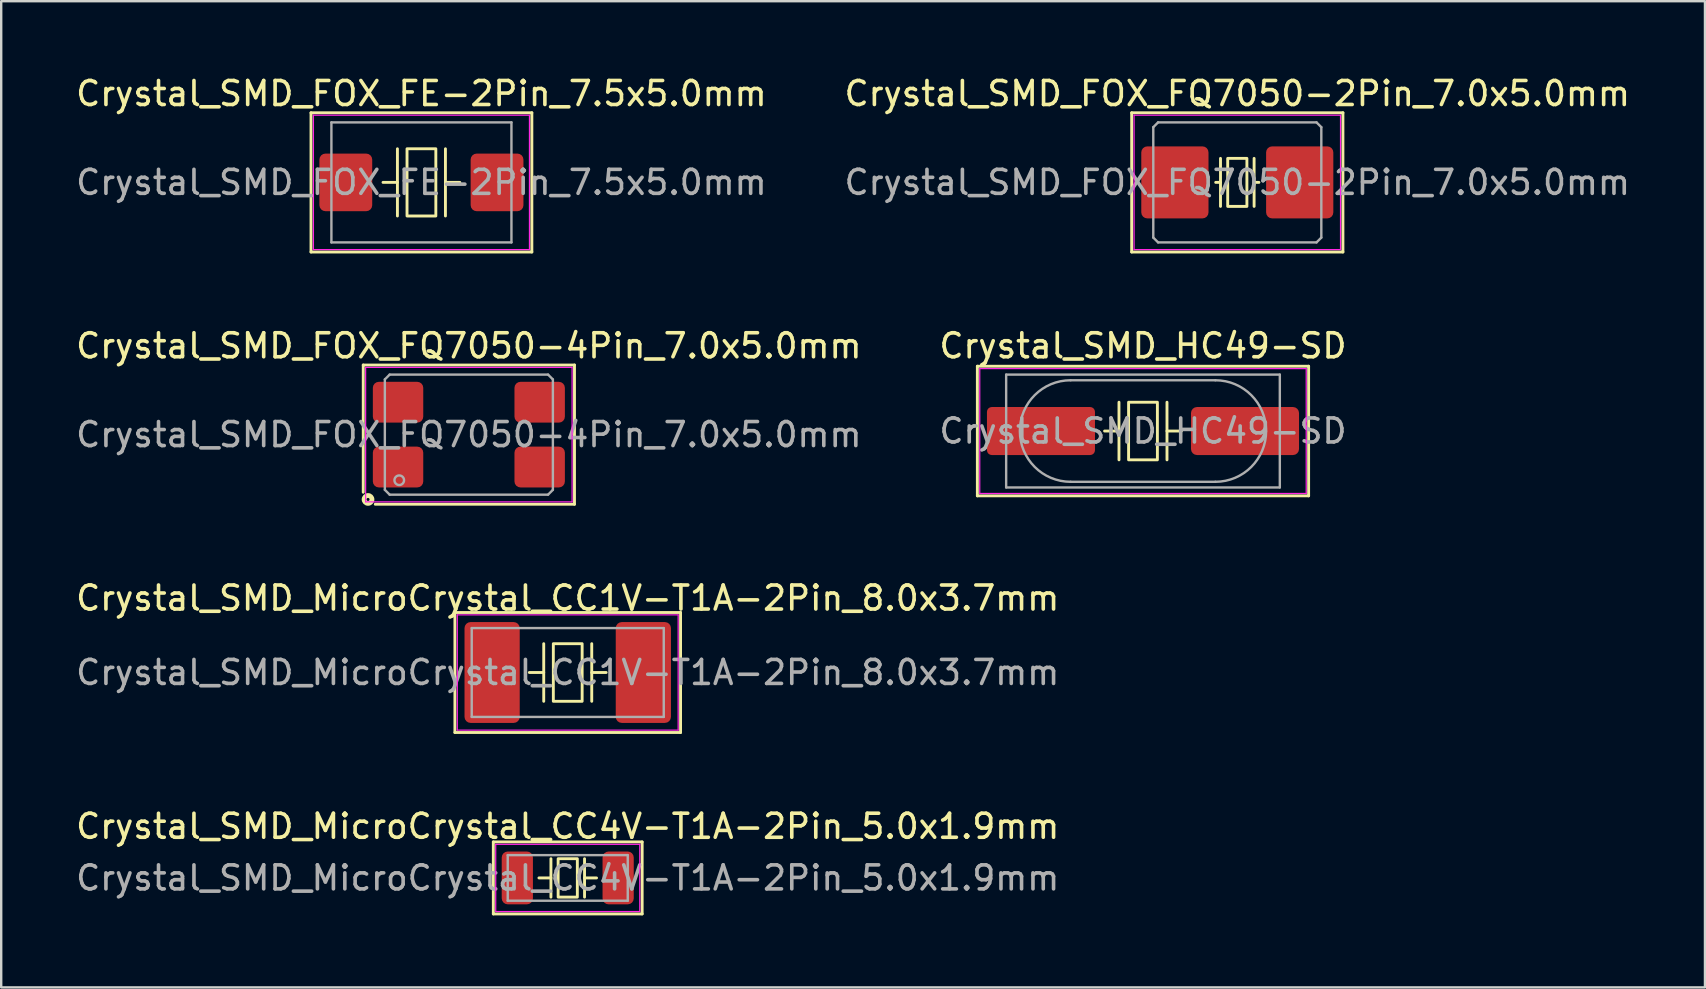
<source format=kicad_pcb>
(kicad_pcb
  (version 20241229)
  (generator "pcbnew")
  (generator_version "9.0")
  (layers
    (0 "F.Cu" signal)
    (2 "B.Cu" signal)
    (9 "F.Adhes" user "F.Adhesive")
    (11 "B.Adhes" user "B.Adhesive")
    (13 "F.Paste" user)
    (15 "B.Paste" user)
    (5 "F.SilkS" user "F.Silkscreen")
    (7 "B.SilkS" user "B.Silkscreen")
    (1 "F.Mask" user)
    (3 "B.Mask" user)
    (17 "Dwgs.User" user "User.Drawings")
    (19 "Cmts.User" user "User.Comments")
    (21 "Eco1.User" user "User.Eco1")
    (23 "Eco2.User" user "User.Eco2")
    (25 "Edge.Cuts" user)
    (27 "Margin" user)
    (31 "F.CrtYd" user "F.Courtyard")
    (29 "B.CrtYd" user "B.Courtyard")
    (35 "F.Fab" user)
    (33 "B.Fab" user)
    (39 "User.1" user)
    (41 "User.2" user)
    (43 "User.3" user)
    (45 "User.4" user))
  (footprint "Crystal_SMD_MicroCrystal_CC1V-T1A-2Pin_8.0x3.7mm"
    (layer "F.Cu")
    (at 20.601 24.965)
    (property "Reference" "Crystal_SMD_MicroCrystal_CC1V-T1A-2Pin_8.0x3.7mm" (at 0 -3.1 0) (layer "F.SilkS") (effects (font (size 1 1) (thickness 0.15))))
    (attr smd)
    (fp_line (start -4.7 -2.5) (end -4.7 2.5) (stroke (width 0.12) (type solid)) (layer "F.SilkS"))
    (fp_line (start -4.7 2.5) (end 4.7 2.5) (stroke (width 0.12) (type solid)) (layer "F.SilkS"))
    (fp_line (start -1 -1.2) (end -1 1.2) (stroke (width 0.12) (type solid)) (layer "F.SilkS"))
    (fp_line (start -1 0) (end -1.6 0) (stroke (width 0.12) (type solid)) (layer "F.SilkS"))
    (fp_line (start 1 -1.2) (end 1 1.2) (stroke (width 0.12) (type solid)) (layer "F.SilkS"))
    (fp_line (start 1 0) (end 1.6 0) (stroke (width 0.12) (type solid)) (layer "F.SilkS"))
    (fp_line (start 4.7 -2.5) (end -4.7 -2.5) (stroke (width 0.12) (type solid)) (layer "F.SilkS"))
    (fp_line (start 4.7 2.5) (end 4.7 -2.5) (stroke (width 0.12) (type solid)) (layer "F.SilkS"))
    (fp_rect (start -0.6 -1.2) (end 0.6 1.2) (stroke (width 0.12) (type solid)) (fill no) (layer "F.SilkS"))
    (fp_line (start -4.6 -2.4) (end -4.6 2.4) (stroke (width 0.05) (type solid)) (layer "F.CrtYd"))
    (fp_line (start -4.6 2.4) (end 4.6 2.4) (stroke (width 0.05) (type solid)) (layer "F.CrtYd"))
    (fp_line (start 4.6 -2.4) (end -4.6 -2.4) (stroke (width 0.05) (type solid)) (layer "F.CrtYd"))
    (fp_line (start 4.6 2.4) (end 4.6 -2.4) (stroke (width 0.05) (type solid)) (layer "F.CrtYd"))
    (fp_line (start -4 -1.85) (end -4 1.85) (stroke (width 0.1) (type solid)) (layer "F.Fab"))
    (fp_line (start -4 1.85) (end 4 1.85) (stroke (width 0.1) (type solid)) (layer "F.Fab"))
    (fp_line (start 4 -1.85) (end -4 -1.85) (stroke (width 0.1) (type solid)) (layer "F.Fab"))
    (fp_line (start 4 1.85) (end 4 -1.85) (stroke (width 0.1) (type solid)) (layer "F.Fab"))
    (fp_text user "${REFERENCE}" (at 0 0 0) (layer "F.Fab") (effects (font (size 1 1) (thickness 0.15))))
    (pad "1" smd roundrect (at -3.15 0) (size 2.3 4.2) (layers "F.Cu" "F.Mask" "F.Paste") (roundrect_rratio 0.109))
    (pad "2" smd roundrect (at 3.15 0) (size 2.3 4.2) (layers "F.Cu" "F.Mask" "F.Paste") (roundrect_rratio 0.109)))
  (footprint "Crystal_SMD_FOX_FE-2Pin_7.5x5.0mm"
    (layer "F.Cu")
    (at 14.506 4.548)
    (property "Reference" "Crystal_SMD_FOX_FE-2Pin_7.5x5.0mm" (at 0 -3.7 0) (layer "F.SilkS") (effects (font (size 1 1) (thickness 0.15))))
    (attr smd)
    (fp_line (start -4.6 -2.9) (end -4.6 2.9) (stroke (width 0.12) (type solid)) (layer "F.SilkS"))
    (fp_line (start -4.6 2.9) (end 4.6 2.9) (stroke (width 0.12) (type solid)) (layer "F.SilkS"))
    (fp_line (start -1 -1.4) (end -1 1.4) (stroke (width 0.12) (type solid)) (layer "F.SilkS"))
    (fp_line (start -1 0) (end -1.6 0) (stroke (width 0.12) (type solid)) (layer "F.SilkS"))
    (fp_line (start 1 -1.4) (end 1 1.4) (stroke (width 0.12) (type solid)) (layer "F.SilkS"))
    (fp_line (start 1 0) (end 1.6 0) (stroke (width 0.12) (type solid)) (layer "F.SilkS"))
    (fp_line (start 4.6 -2.9) (end -4.6 -2.9) (stroke (width 0.12) (type solid)) (layer "F.SilkS"))
    (fp_line (start 4.6 2.9) (end 4.6 -2.9) (stroke (width 0.12) (type solid)) (layer "F.SilkS"))
    (fp_rect (start -0.6 -1.4) (end 0.6 1.4) (stroke (width 0.12) (type solid)) (fill no) (layer "F.SilkS"))
    (fp_line (start -4.5 -2.8) (end -4.5 2.8) (stroke (width 0.05) (type solid)) (layer "F.CrtYd"))
    (fp_line (start -4.5 2.8) (end 4.5 2.8) (stroke (width 0.05) (type solid)) (layer "F.CrtYd"))
    (fp_line (start 4.5 -2.8) (end -4.5 -2.8) (stroke (width 0.05) (type solid)) (layer "F.CrtYd"))
    (fp_line (start 4.5 2.8) (end 4.5 -2.8) (stroke (width 0.05) (type solid)) (layer "F.CrtYd"))
    (fp_line (start -3.75 -2.5) (end -3.75 2.5) (stroke (width 0.1) (type solid)) (layer "F.Fab"))
    (fp_line (start -3.75 2.5) (end 3.75 2.5) (stroke (width 0.1) (type solid)) (layer "F.Fab"))
    (fp_line (start 3.75 -2.5) (end -3.75 -2.5) (stroke (width 0.1) (type solid)) (layer "F.Fab"))
    (fp_line (start 3.75 2.5) (end 3.75 -2.5) (stroke (width 0.1) (type solid)) (layer "F.Fab"))
    (fp_text user "${REFERENCE}" (at 0 0 0) (layer "F.Fab") (effects (font (size 1 1) (thickness 0.15))))
    (pad "1" smd roundrect (at -3.15 0) (size 2.2 2.4) (layers "F.Cu" "F.Mask" "F.Paste") (roundrect_rratio 0.114))
    (pad "2" smd roundrect (at 3.15 0) (size 2.2 2.4) (layers "F.Cu" "F.Mask" "F.Paste") (roundrect_rratio 0.114)))
  (footprint "Crystal_SMD_MicroCrystal_CC4V-T1A-2Pin_5.0x1.9mm"
    (layer "F.Cu")
    (at 20.601 33.523)
    (property "Reference" "Crystal_SMD_MicroCrystal_CC4V-T1A-2Pin_5.0x1.9mm" (at 0 -2.15 0) (layer "F.SilkS") (effects (font (size 1 1) (thickness 0.15))))
    (attr smd)
    (fp_line (start -3.1 -1.5) (end -3.1 1.5) (stroke (width 0.12) (type solid)) (layer "F.SilkS"))
    (fp_line (start -3.1 1.5) (end 3.1 1.5) (stroke (width 0.12) (type solid)) (layer "F.SilkS"))
    (fp_line (start -0.7 -0.8) (end -0.7 0.8) (stroke (width 0.12) (type solid)) (layer "F.SilkS"))
    (fp_line (start -0.7 0) (end -1.2 0) (stroke (width 0.12) (type solid)) (layer "F.SilkS"))
    (fp_line (start 0.7 -0.8) (end 0.7 0.8) (stroke (width 0.12) (type solid)) (layer "F.SilkS"))
    (fp_line (start 0.7 0) (end 1.2 0) (stroke (width 0.12) (type solid)) (layer "F.SilkS"))
    (fp_line (start 3.1 -1.5) (end -3.1 -1.5) (stroke (width 0.12) (type solid)) (layer "F.SilkS"))
    (fp_line (start 3.1 1.5) (end 3.1 -1.5) (stroke (width 0.12) (type solid)) (layer "F.SilkS"))
    (fp_rect (start -0.4 -0.8) (end 0.4 0.8) (stroke (width 0.12) (type solid)) (fill no) (layer "F.SilkS"))
    (fp_line (start -3 -1.4) (end -3 1.4) (stroke (width 0.05) (type solid)) (layer "F.CrtYd"))
    (fp_line (start -3 1.4) (end 3 1.4) (stroke (width 0.05) (type solid)) (layer "F.CrtYd"))
    (fp_line (start 3 -1.4) (end -3 -1.4) (stroke (width 0.05) (type solid)) (layer "F.CrtYd"))
    (fp_line (start 3 1.4) (end 3 -1.4) (stroke (width 0.05) (type solid)) (layer "F.CrtYd"))
    (fp_line (start -2.5 -0.95) (end -2.5 0.95) (stroke (width 0.1) (type solid)) (layer "F.Fab"))
    (fp_line (start -2.5 0.95) (end 2.5 0.95) (stroke (width 0.1) (type solid)) (layer "F.Fab"))
    (fp_line (start 2.5 -0.95) (end -2.5 -0.95) (stroke (width 0.1) (type solid)) (layer "F.Fab"))
    (fp_line (start 2.5 0.95) (end 2.5 -0.95) (stroke (width 0.1) (type solid)) (layer "F.Fab"))
    (fp_text user "${REFERENCE}" (at 0 0 0) (layer "F.Fab") (effects (font (size 1 1) (thickness 0.15))))
    (pad "1" smd roundrect (at -2.1 0) (size 1.3 2.2) (layers "F.Cu" "F.Mask" "F.Paste") (roundrect_rratio 0.192))
    (pad "2" smd roundrect (at 2.1 0) (size 1.3 2.2) (layers "F.Cu" "F.Mask" "F.Paste") (roundrect_rratio 0.192)))
  (footprint "Crystal_SMD_FOX_FQ7050-4Pin_7.0x5.0mm"
    (layer "F.Cu")
    (at 16.482 15.056)
    (property "Reference" "Crystal_SMD_FOX_FQ7050-4Pin_7.0x5.0mm" (at 0 -3.7 0) (layer "F.SilkS") (effects (font (size 1 1) (thickness 0.15))))
    (attr smd)
    (fp_line (start -4.4 -2.9) (end -4.4 2.4) (stroke (width 0.12) (type solid)) (layer "F.SilkS"))
    (fp_line (start -4.4 -2.9) (end 4.4 -2.9) (stroke (width 0.12) (type solid)) (layer "F.SilkS"))
    (fp_line (start 4.4 -2.9) (end 4.4 2.9) (stroke (width 0.12) (type solid)) (layer "F.SilkS"))
    (fp_line (start 4.4 2.9) (end -3.9 2.9) (stroke (width 0.12) (type solid)) (layer "F.SilkS"))
    (fp_circle (center -4.2 2.7) (end -4.136 2.7) (stroke (width 0.2) (type solid)) (fill no) (layer "F.SilkS"))
    (fp_line (start -4.3 -2.8) (end -4.3 2.8) (stroke (width 0.05) (type solid)) (layer "F.CrtYd"))
    (fp_line (start -4.3 2.8) (end 4.3 2.8) (stroke (width 0.05) (type solid)) (layer "F.CrtYd"))
    (fp_line (start 4.3 -2.8) (end -4.3 -2.8) (stroke (width 0.05) (type solid)) (layer "F.CrtYd"))
    (fp_line (start 4.3 2.8) (end 4.3 -2.8) (stroke (width 0.05) (type solid)) (layer "F.CrtYd"))
    (fp_line (start -3.5 -2.3) (end -3.3 -2.5) (stroke (width 0.1) (type solid)) (layer "F.Fab"))
    (fp_line (start -3.5 2.3) (end -3.5 -2.3) (stroke (width 0.1) (type solid)) (layer "F.Fab"))
    (fp_line (start -3.3 -2.5) (end 3.3 -2.5) (stroke (width 0.1) (type solid)) (layer "F.Fab"))
    (fp_line (start -3.3 2.5) (end -3.5 2.3) (stroke (width 0.1) (type solid)) (layer "F.Fab"))
    (fp_line (start 3.3 -2.5) (end 3.5 -2.3) (stroke (width 0.1) (type solid)) (layer "F.Fab"))
    (fp_line (start 3.3 2.5) (end -3.3 2.5) (stroke (width 0.1) (type solid)) (layer "F.Fab"))
    (fp_line (start 3.5 -2.3) (end 3.5 2.3) (stroke (width 0.1) (type solid)) (layer "F.Fab"))
    (fp_line (start 3.5 2.3) (end 3.3 2.5) (stroke (width 0.1) (type solid)) (layer "F.Fab"))
    (fp_circle (center -2.9 1.9) (end -2.7 1.9) (stroke (width 0.1) (type solid)) (fill no) (layer "F.Fab"))
    (fp_text user "${REFERENCE}" (at 0 0 0) (layer "F.Fab") (effects (font (size 1 1) (thickness 0.15))))
    (pad "1" smd roundrect (at -2.95 1.35) (size 2.1 1.7) (layers "F.Cu" "F.Mask" "F.Paste") (roundrect_rratio 0.147))
    (pad "2" smd roundrect (at 2.95 1.35) (size 2.1 1.7) (layers "F.Cu" "F.Mask" "F.Paste") (roundrect_rratio 0.147))
    (pad "3" smd roundrect (at 2.95 -1.35) (size 2.1 1.7) (layers "F.Cu" "F.Mask" "F.Paste") (roundrect_rratio 0.147))
    (pad "4" smd roundrect (at -2.95 -1.35) (size 2.1 1.7) (layers "F.Cu" "F.Mask" "F.Paste") (roundrect_rratio 0.147)))
  (footprint "Crystal_SMD_HC49-SD"
    (layer "F.Cu")
    (at 44.565 14.906)
    (property "Reference" "Crystal_SMD_HC49-SD" (at 0 -3.55 0) (layer "F.SilkS") (effects (font (size 1 1) (thickness 0.15))))
    (attr smd)
    (fp_line (start -6.9 -2.7) (end -6.9 2.7) (stroke (width 0.12) (type solid)) (layer "F.SilkS"))
    (fp_line (start -6.9 2.7) (end 6.9 2.7) (stroke (width 0.12) (type solid)) (layer "F.SilkS"))
    (fp_line (start -1 -1.2) (end -1 1.2) (stroke (width 0.12) (type solid)) (layer "F.SilkS"))
    (fp_line (start -1 0) (end -1.6 0) (stroke (width 0.12) (type solid)) (layer "F.SilkS"))
    (fp_line (start 1 -1.2) (end 1 1.2) (stroke (width 0.12) (type solid)) (layer "F.SilkS"))
    (fp_line (start 1 0) (end 1.6 0) (stroke (width 0.12) (type solid)) (layer "F.SilkS"))
    (fp_line (start 6.9 -2.7) (end -6.9 -2.7) (stroke (width 0.12) (type solid)) (layer "F.SilkS"))
    (fp_line (start 6.9 2.7) (end 6.9 -2.7) (stroke (width 0.12) (type solid)) (layer "F.SilkS"))
    (fp_rect (start -0.6 -1.2) (end 0.6 1.2) (stroke (width 0.12) (type solid)) (fill no) (layer "F.SilkS"))
    (fp_line (start -6.8 -2.6) (end -6.8 2.6) (stroke (width 0.05) (type solid)) (layer "F.CrtYd"))
    (fp_line (start -6.8 2.6) (end 6.8 2.6) (stroke (width 0.05) (type solid)) (layer "F.CrtYd"))
    (fp_line (start 6.8 -2.6) (end -6.8 -2.6) (stroke (width 0.05) (type solid)) (layer "F.CrtYd"))
    (fp_line (start 6.8 2.6) (end 6.8 -2.6) (stroke (width 0.05) (type solid)) (layer "F.CrtYd"))
    (fp_line (start -5.7 -2.35) (end -5.7 2.35) (stroke (width 0.1) (type solid)) (layer "F.Fab"))
    (fp_line (start -5.7 2.35) (end 5.7 2.35) (stroke (width 0.1) (type solid)) (layer "F.Fab"))
    (fp_line (start -3.015 -2.115) (end 3.015 -2.115) (stroke (width 0.1) (type solid)) (layer "F.Fab"))
    (fp_line (start -3.015 2.115) (end 3.015 2.115) (stroke (width 0.1) (type solid)) (layer "F.Fab"))
    (fp_line (start 5.7 -2.35) (end -5.7 -2.35) (stroke (width 0.1) (type solid)) (layer "F.Fab"))
    (fp_line (start 5.7 2.35) (end 5.7 -2.35) (stroke (width 0.1) (type solid)) (layer "F.Fab"))
    (fp_arc (start -3.015 2.115) (mid -5.13 0) (end -3.015 -2.115) (stroke (width 0.1) (type solid)) (layer "F.Fab"))
    (fp_arc (start 3.015 -2.115) (mid 5.13 0) (end 3.015 2.115) (stroke (width 0.1) (type solid)) (layer "F.Fab"))
    (fp_text user "${REFERENCE}" (at 0 0 0) (layer "F.Fab") (effects (font (size 1 1) (thickness 0.15))))
    (pad "1" smd roundrect (at -4.25 0) (size 4.5 2) (layers "F.Cu" "F.Mask" "F.Paste") (roundrect_rratio 0.1))
    (pad "2" smd roundrect (at 4.25 0) (size 4.5 2) (layers "F.Cu" "F.Mask" "F.Paste") (roundrect_rratio 0.125)))
  (footprint "Crystal_SMD_FOX_FQ7050-2Pin_7.0x5.0mm"
    (layer "F.Cu")
    (at 48.494 4.548)
    (property "Reference" "Crystal_SMD_FOX_FQ7050-2Pin_7.0x5.0mm" (at 0 -3.7 0) (layer "F.SilkS") (effects (font (size 1 1) (thickness 0.15))))
    (attr smd)
    (fp_line (start -4.4 -2.9) (end -4.4 2.9) (stroke (width 0.12) (type solid)) (layer "F.SilkS"))
    (fp_line (start -4.4 2.9) (end 4.4 2.9) (stroke (width 0.12) (type solid)) (layer "F.SilkS"))
    (fp_line (start -0.7 -1) (end -0.7 1) (stroke (width 0.12) (type solid)) (layer "F.SilkS"))
    (fp_line (start -0.7 0) (end -0.9 0) (stroke (width 0.12) (type solid)) (layer "F.SilkS"))
    (fp_line (start 0.7 -1) (end 0.7 1) (stroke (width 0.12) (type solid)) (layer "F.SilkS"))
    (fp_line (start 0.7 0) (end 0.9 0) (stroke (width 0.12) (type solid)) (layer "F.SilkS"))
    (fp_line (start 4.4 -2.9) (end -4.4 -2.9) (stroke (width 0.12) (type solid)) (layer "F.SilkS"))
    (fp_line (start 4.4 2.9) (end 4.4 -2.9) (stroke (width 0.12) (type solid)) (layer "F.SilkS"))
    (fp_rect (start -0.4 -1) (end 0.4 1) (stroke (width 0.12) (type solid)) (fill no) (layer "F.SilkS"))
    (fp_line (start -4.3 -2.8) (end -4.3 2.8) (stroke (width 0.05) (type solid)) (layer "F.CrtYd"))
    (fp_line (start -4.3 2.8) (end 4.3 2.8) (stroke (width 0.05) (type solid)) (layer "F.CrtYd"))
    (fp_line (start 4.3 -2.8) (end -4.3 -2.8) (stroke (width 0.05) (type solid)) (layer "F.CrtYd"))
    (fp_line (start 4.3 2.8) (end 4.3 -2.8) (stroke (width 0.05) (type solid)) (layer "F.CrtYd"))
    (fp_line (start -3.5 -2.3) (end -3.3 -2.5) (stroke (width 0.1) (type solid)) (layer "F.Fab"))
    (fp_line (start -3.5 2.3) (end -3.5 -2.3) (stroke (width 0.1) (type solid)) (layer "F.Fab"))
    (fp_line (start -3.3 -2.5) (end 3.3 -2.5) (stroke (width 0.1) (type solid)) (layer "F.Fab"))
    (fp_line (start -3.3 2.5) (end -3.5 2.3) (stroke (width 0.1) (type solid)) (layer "F.Fab"))
    (fp_line (start 3.3 -2.5) (end 3.5 -2.3) (stroke (width 0.1) (type solid)) (layer "F.Fab"))
    (fp_line (start 3.3 2.5) (end -3.3 2.5) (stroke (width 0.1) (type solid)) (layer "F.Fab"))
    (fp_line (start 3.5 -2.3) (end 3.5 2.3) (stroke (width 0.1) (type solid)) (layer "F.Fab"))
    (fp_line (start 3.5 2.3) (end 3.3 2.5) (stroke (width 0.1) (type solid)) (layer "F.Fab"))
    (fp_text user "${REFERENCE}" (at 0 0 0) (layer "F.Fab") (effects (font (size 1 1) (thickness 0.15))))
    (pad "1" smd roundrect (at -2.6 0) (size 2.8 3) (layers "F.Cu" "F.Mask" "F.Paste") (roundrect_rratio 0.089))
    (pad "2" smd roundrect (at 2.6 0) (size 2.8 3) (layers "F.Cu" "F.Mask" "F.Paste") (roundrect_rratio 0.089)))
  (gr_rect
    (start -3 -3)
    (end 67.976 38.083)
    (stroke (width 0.1) (type default))
    (fill no)
    (layer "Edge.Cuts")))
</source>
